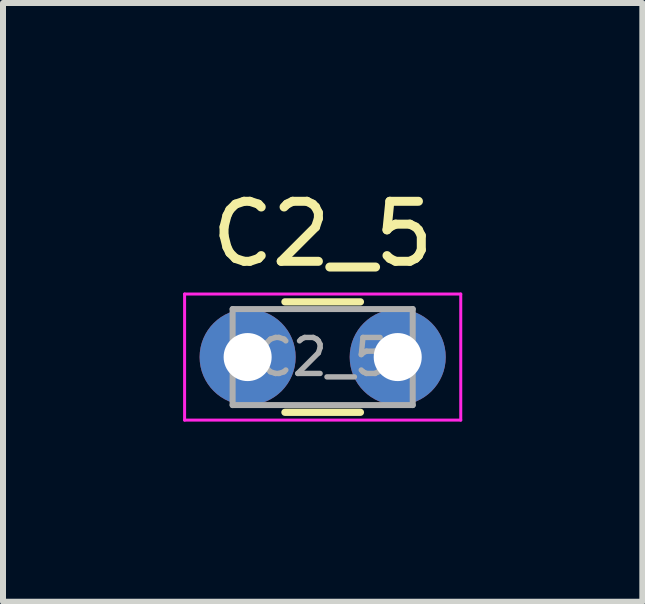
<source format=kicad_pcb>
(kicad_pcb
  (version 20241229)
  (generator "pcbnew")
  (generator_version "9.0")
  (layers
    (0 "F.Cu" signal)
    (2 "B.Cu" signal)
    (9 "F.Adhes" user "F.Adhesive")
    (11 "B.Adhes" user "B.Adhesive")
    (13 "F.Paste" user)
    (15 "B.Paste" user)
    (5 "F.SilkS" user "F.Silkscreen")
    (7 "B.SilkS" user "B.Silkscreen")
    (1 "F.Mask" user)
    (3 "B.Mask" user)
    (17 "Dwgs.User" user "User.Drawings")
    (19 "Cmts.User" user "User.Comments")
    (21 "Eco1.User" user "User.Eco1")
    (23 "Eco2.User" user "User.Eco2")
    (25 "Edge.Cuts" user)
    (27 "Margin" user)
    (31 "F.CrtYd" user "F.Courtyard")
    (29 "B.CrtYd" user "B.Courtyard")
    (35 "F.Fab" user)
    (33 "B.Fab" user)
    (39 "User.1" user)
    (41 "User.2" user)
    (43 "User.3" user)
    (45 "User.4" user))
  (footprint "C2_5"
    (layer "F.Cu")
    (at 1.075 2.898)
    (property "Reference" "C2_5" (at 1.25 -2.05 0) (layer "F.SilkS") (effects (font (size 1 1) (thickness 0.15))))
    (attr through_hole)
    (fp_line (start 0.621 -0.92) (end 1.879 -0.92) (stroke (width 0.12) (type solid)) (layer "F.SilkS"))
    (fp_line (start 0.621 0.92) (end 1.879 0.92) (stroke (width 0.12) (type solid)) (layer "F.SilkS"))
    (fp_line (start -1.05 -1.05) (end -1.05 1.05) (stroke (width 0.05) (type solid)) (layer "F.CrtYd"))
    (fp_line (start -1.05 1.05) (end 3.55 1.05) (stroke (width 0.05) (type solid)) (layer "F.CrtYd"))
    (fp_line (start 3.55 -1.05) (end -1.05 -1.05) (stroke (width 0.05) (type solid)) (layer "F.CrtYd"))
    (fp_line (start 3.55 1.05) (end 3.55 -1.05) (stroke (width 0.05) (type solid)) (layer "F.CrtYd"))
    (fp_line (start -0.25 -0.8) (end -0.25 0.8) (stroke (width 0.1) (type solid)) (layer "F.Fab"))
    (fp_line (start -0.25 0.8) (end 2.75 0.8) (stroke (width 0.1) (type solid)) (layer "F.Fab"))
    (fp_line (start 2.75 -0.8) (end -0.25 -0.8) (stroke (width 0.1) (type solid)) (layer "F.Fab"))
    (fp_line (start 2.75 0.8) (end 2.75 -0.8) (stroke (width 0.1) (type solid)) (layer "F.Fab"))
    (fp_text user "${REFERENCE}" (at 1.25 0 0) (layer "F.Fab") (effects (font (size 0.6 0.6) (thickness 0.09))))
    (pad "1" thru_hole circle (at 0 0) (size 1.6 1.6) (drill 0.8) (layers "*.Cu" "*.Mask"))
    (pad "2" thru_hole circle (at 2.5 0) (size 1.6 1.6) (drill 0.8) (layers "*.Cu" "*.Mask")))
  (gr_rect
    (start -3 -3)
    (end 7.65 6.973)
    (stroke (width 0.1) (type default))
    (fill no)
    (layer "Edge.Cuts")))
</source>
